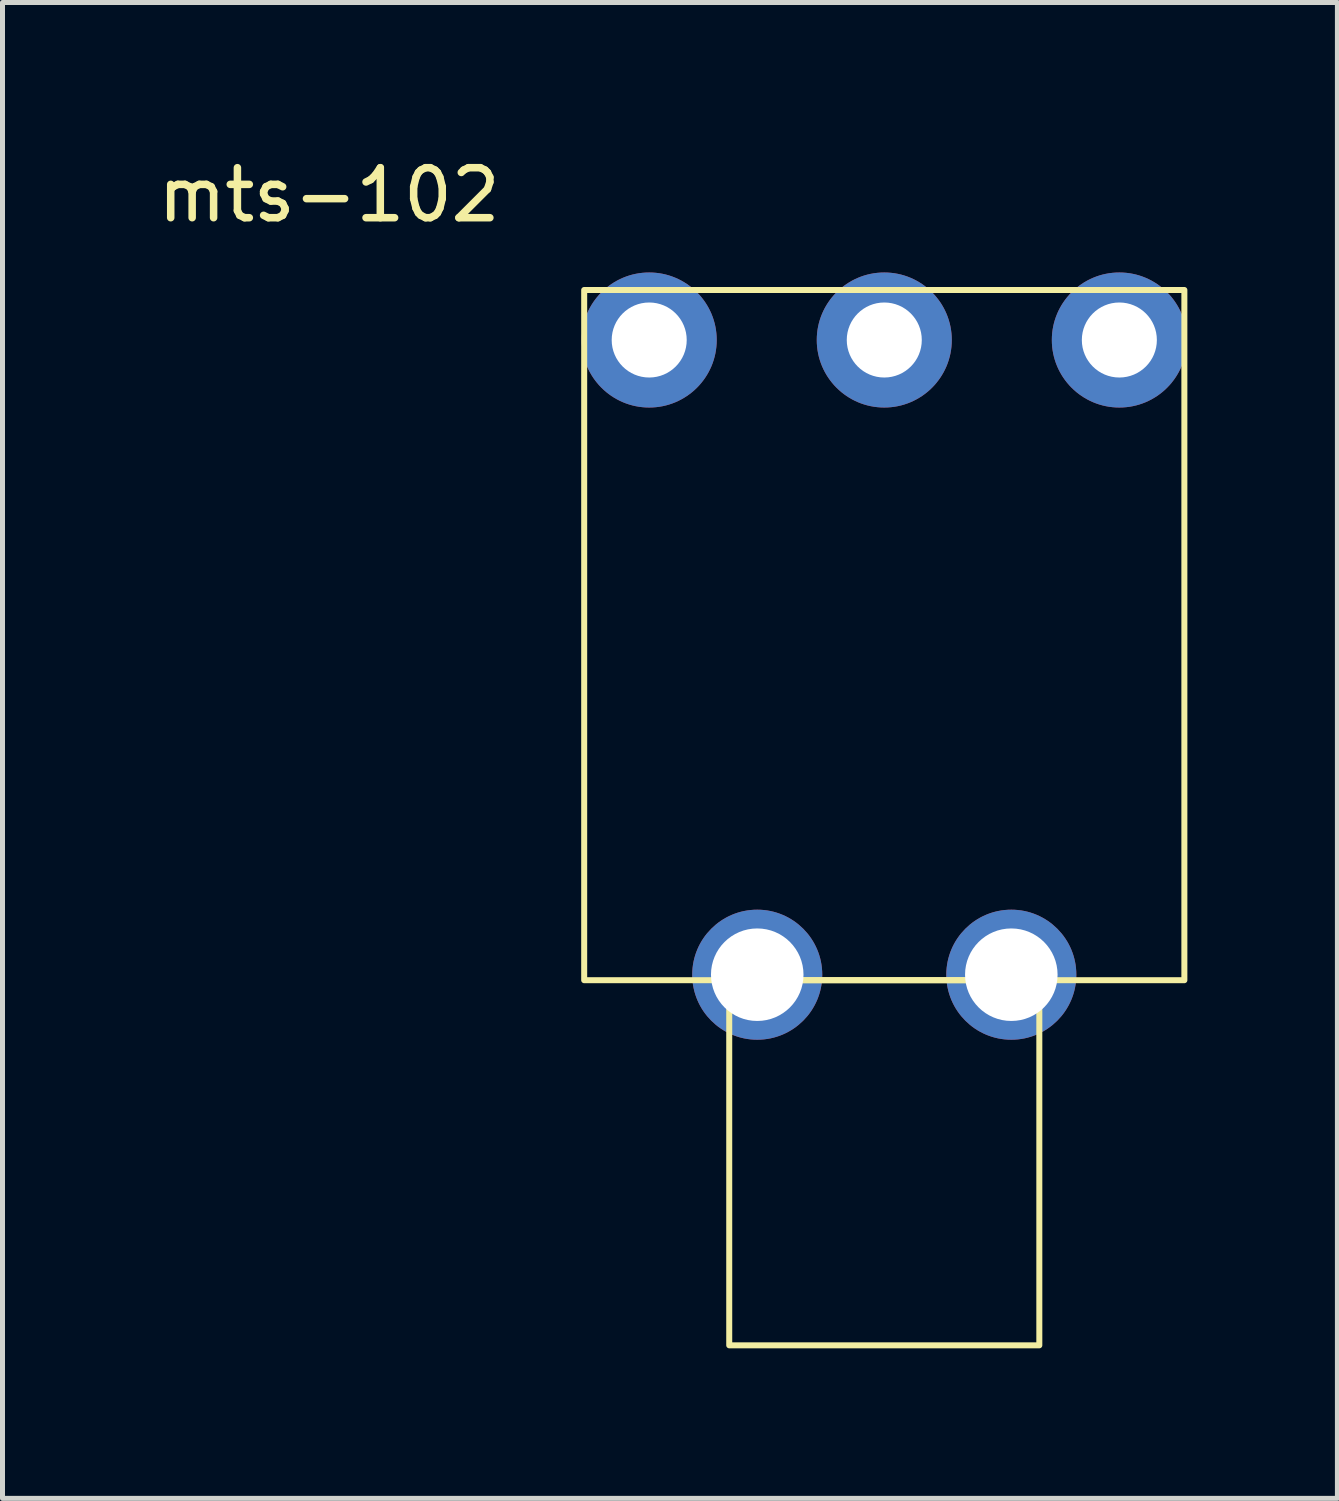
<source format=kicad_pcb>
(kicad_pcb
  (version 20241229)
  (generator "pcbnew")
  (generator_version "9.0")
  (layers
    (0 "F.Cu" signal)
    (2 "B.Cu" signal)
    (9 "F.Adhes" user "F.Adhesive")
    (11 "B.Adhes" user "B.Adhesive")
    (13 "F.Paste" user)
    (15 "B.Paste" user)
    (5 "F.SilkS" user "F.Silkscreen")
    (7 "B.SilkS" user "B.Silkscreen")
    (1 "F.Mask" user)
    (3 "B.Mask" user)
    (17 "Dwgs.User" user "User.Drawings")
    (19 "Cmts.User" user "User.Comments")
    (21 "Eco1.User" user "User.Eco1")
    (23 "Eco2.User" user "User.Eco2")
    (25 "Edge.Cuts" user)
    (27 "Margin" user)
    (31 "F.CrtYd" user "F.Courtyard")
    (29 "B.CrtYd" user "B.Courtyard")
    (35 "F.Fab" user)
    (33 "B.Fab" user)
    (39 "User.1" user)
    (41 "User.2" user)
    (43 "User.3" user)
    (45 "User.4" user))
  (footprint "mts-102"
    (layer "F.Cu")
    (at 14.63 3.748)
    (property "Reference" "mts-102" (at -11.1 -2.9 0) (unlocked yes) (layer "F.SilkS") (effects (font (size 1 1) (thickness 0.15))))
    (attr through_hole)
    (fp_rect (start -6 -1) (end 6 12.8) (stroke (width 0.12) (type solid)) (fill no) (layer "F.SilkS"))
    (fp_rect (start -3.1 12.8) (end 3.1 20.1) (stroke (width 0.12) (type solid)) (fill no) (layer "F.SilkS"))
    (pad "1" thru_hole circle (at 4.7 0) (size 2.7 2.7) (drill 1.5) (layers "*.Cu" "*.Mask"))
    (pad "2" thru_hole circle (at 0 0) (size 2.7 2.7) (drill 1.5) (layers "*.Cu" "*.Mask"))
    (pad "3" thru_hole circle (at -4.7 0) (size 2.7 2.7) (drill 1.5) (layers "*.Cu" "*.Mask"))
    (pad "4" thru_hole circle (at -2.54 12.69) (size 2.6 2.6) (drill oval 1.85) (layers "*.Cu" "*.Mask"))
    (pad "5" thru_hole circle (at 2.54 12.69) (size 2.6 2.6) (drill oval 1.85) (layers "*.Cu" "*.Mask")))
  (gr_rect
    (start -3 -3)
    (end 23.69 26.908)
    (stroke (width 0.1) (type default))
    (fill no)
    (layer "Edge.Cuts")))
</source>
